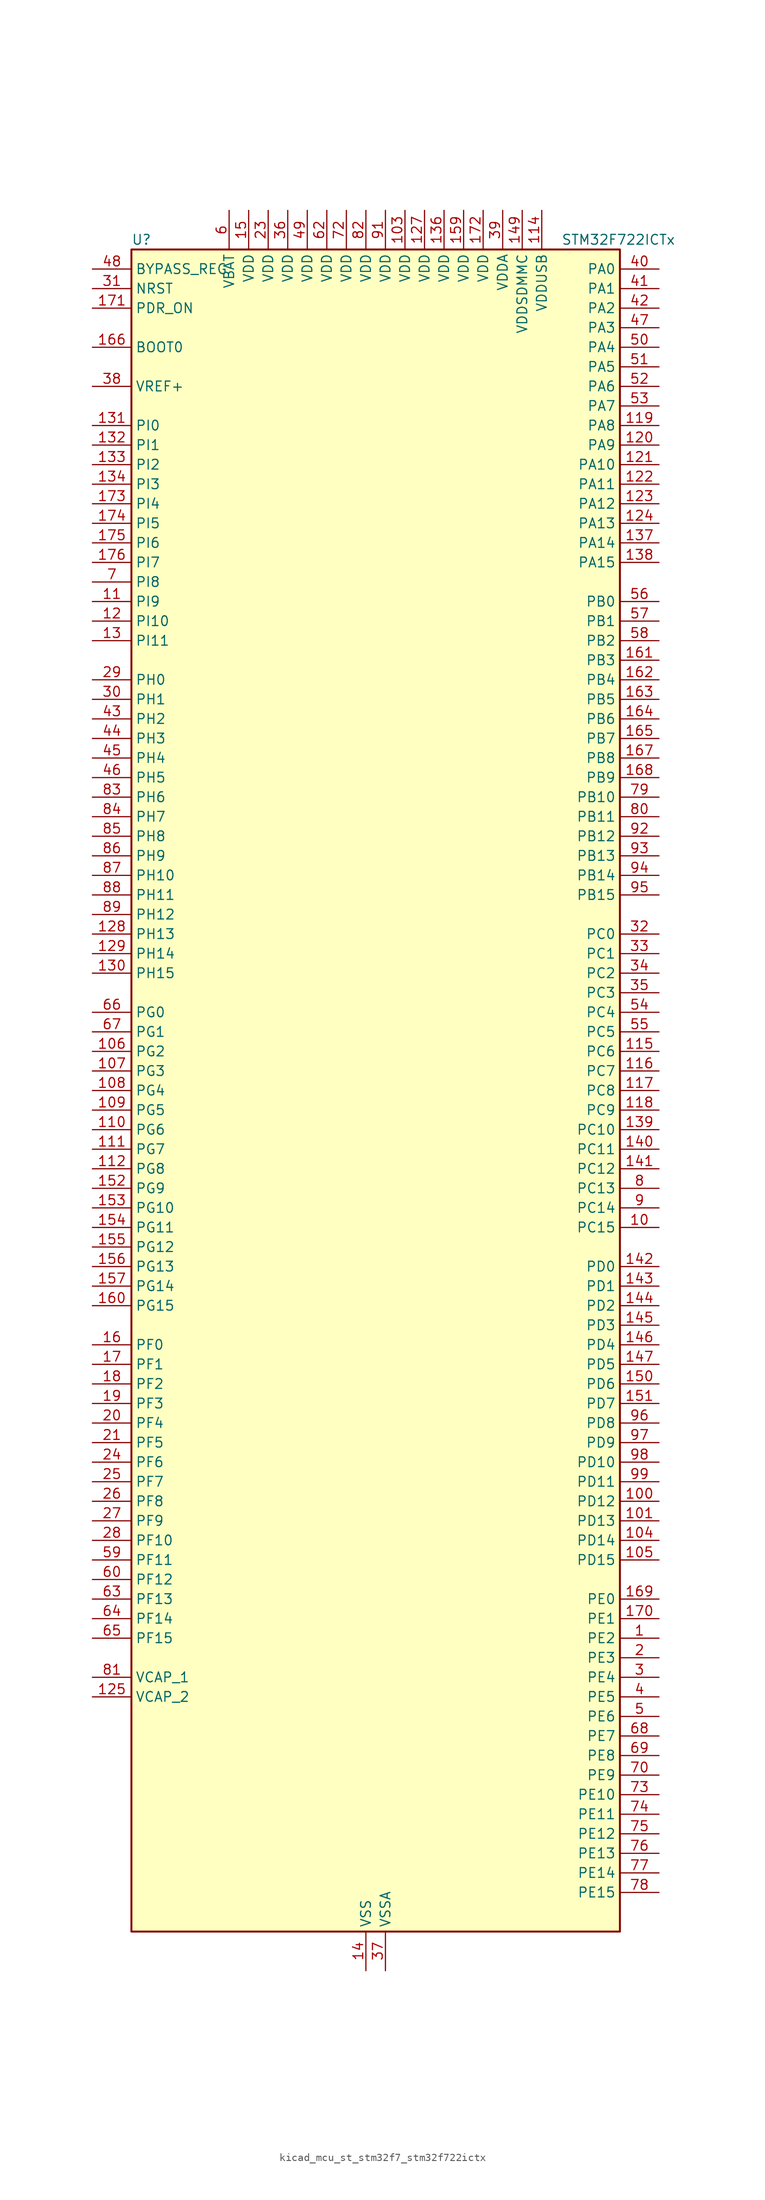
<source format=kicad_sym>
(kicad_symbol_lib
  (version 20220914)
  (generator kicad_symbol_editor)
  (symbol "kicad_mcu_st_stm32f7_stm32f722ictx"
    (property "Reference" "U"
      (at -30.48 110.49 0)
      (effects (font (size 1.27 1.27)) (justify left)))
    (property "Value" "STM32F722ICTx"
      (at 25.4 110.49 0)
      (effects (font (size 1.27 1.27)) (justify left)))
    (property "ki_locked" ""
      (at 0 0 0)
      (effects (font (size 1.27 1.27))))
    (symbol "kicad_mcu_st_stm32f7_stm32f722ictx_0_1"
      (rectangle (start -30.48 -109.22) (end 33.02 109.22) (stroke (width 0.254) (type default)) (fill (type background))))
    (symbol "kicad_mcu_st_stm32f7_stm32f722ictx_1_1"
      (pin bidirectional line (at 38.1 -71.12 180) (length 5.08) (name "PE2" (effects (font (size 1.27 1.27)))) (number "1" (effects (font (size 1.27 1.27)))) (alternate "FMC_A23" bidirectional line) (alternate "QUADSPI_BK1_IO2" bidirectional line) (alternate "SAI1_MCLK_A" bidirectional line) (alternate "SPI4_SCK" bidirectional line) (alternate "SYS_TRACECLK" bidirectional line))
      (pin bidirectional line (at 38.1 -17.78 180) (length 5.08) (name "PC15" (effects (font (size 1.27 1.27)))) (number "10" (effects (font (size 1.27 1.27)))) (alternate "RCC_OSC32_OUT" bidirectional line))
      (pin bidirectional line (at 38.1 -53.34 180) (length 5.08) (name "PD12" (effects (font (size 1.27 1.27)))) (number "100" (effects (font (size 1.27 1.27)))) (alternate "FMC_A17" bidirectional line) (alternate "FMC_ALE" bidirectional line) (alternate "LPTIM1_IN1" bidirectional line) (alternate "QUADSPI_BK1_IO1" bidirectional line) (alternate "SAI2_FS_A" bidirectional line) (alternate "TIM4_CH1" bidirectional line) (alternate "USART3_DE" bidirectional line) (alternate "USART3_RTS" bidirectional line))
      (pin bidirectional line (at 38.1 -55.88 180) (length 5.08) (name "PD13" (effects (font (size 1.27 1.27)))) (number "101" (effects (font (size 1.27 1.27)))) (alternate "FMC_A18" bidirectional line) (alternate "LPTIM1_OUT" bidirectional line) (alternate "QUADSPI_BK1_IO3" bidirectional line) (alternate "SAI2_SCK_A" bidirectional line) (alternate "TIM4_CH2" bidirectional line))
      (pin passive line (at 0 -114.3 90) (length 5.08) hide (name "VSS" (effects (font (size 1.27 1.27)))) (number "102" (effects (font (size 1.27 1.27)))))
      (pin power_in line (at 5.08 114.3 270) (length 5.08) (name "VDD" (effects (font (size 1.27 1.27)))) (number "103" (effects (font (size 1.27 1.27)))))
      (pin bidirectional line (at 38.1 -58.42 180) (length 5.08) (name "PD14" (effects (font (size 1.27 1.27)))) (number "104" (effects (font (size 1.27 1.27)))) (alternate "FMC_D0" bidirectional line) (alternate "FMC_DA0" bidirectional line) (alternate "TIM4_CH3" bidirectional line) (alternate "UART8_CTS" bidirectional line))
      (pin bidirectional line (at 38.1 -60.96 180) (length 5.08) (name "PD15" (effects (font (size 1.27 1.27)))) (number "105" (effects (font (size 1.27 1.27)))) (alternate "FMC_D1" bidirectional line) (alternate "FMC_DA1" bidirectional line) (alternate "TIM4_CH4" bidirectional line) (alternate "UART8_DE" bidirectional line) (alternate "UART8_RTS" bidirectional line))
      (pin bidirectional line (at -35.56 5.08 0) (length 5.08) (name "PG2" (effects (font (size 1.27 1.27)))) (number "106" (effects (font (size 1.27 1.27)))) (alternate "FMC_A12" bidirectional line))
      (pin bidirectional line (at -35.56 2.54 0) (length 5.08) (name "PG3" (effects (font (size 1.27 1.27)))) (number "107" (effects (font (size 1.27 1.27)))) (alternate "FMC_A13" bidirectional line))
      (pin bidirectional line (at -35.56 0 0) (length 5.08) (name "PG4" (effects (font (size 1.27 1.27)))) (number "108" (effects (font (size 1.27 1.27)))) (alternate "FMC_A14" bidirectional line) (alternate "FMC_BA0" bidirectional line))
      (pin bidirectional line (at -35.56 -2.54 0) (length 5.08) (name "PG5" (effects (font (size 1.27 1.27)))) (number "109" (effects (font (size 1.27 1.27)))) (alternate "FMC_A15" bidirectional line) (alternate "FMC_BA1" bidirectional line))
      (pin bidirectional line (at -35.56 63.5 0) (length 5.08) (name "PI9" (effects (font (size 1.27 1.27)))) (number "11" (effects (font (size 1.27 1.27)))) (alternate "CAN1_RX" bidirectional line) (alternate "DAC_EXTI9" bidirectional line) (alternate "FMC_D30" bidirectional line) (alternate "UART4_RX" bidirectional line))
      (pin bidirectional line (at -35.56 -5.08 0) (length 5.08) (name "PG6" (effects (font (size 1.27 1.27)))) (number "110" (effects (font (size 1.27 1.27)))))
      (pin bidirectional line (at -35.56 -7.62 0) (length 5.08) (name "PG7" (effects (font (size 1.27 1.27)))) (number "111" (effects (font (size 1.27 1.27)))) (alternate "FMC_INT" bidirectional line) (alternate "USART6_CK" bidirectional line))
      (pin bidirectional line (at -35.56 -10.16 0) (length 5.08) (name "PG8" (effects (font (size 1.27 1.27)))) (number "112" (effects (font (size 1.27 1.27)))) (alternate "FMC_SDCLK" bidirectional line) (alternate "USART6_DE" bidirectional line) (alternate "USART6_RTS" bidirectional line))
      (pin passive line (at 0 -114.3 90) (length 5.08) hide (name "VSS" (effects (font (size 1.27 1.27)))) (number "113" (effects (font (size 1.27 1.27)))))
      (pin power_in line (at 22.86 114.3 270) (length 5.08) (name "VDDUSB" (effects (font (size 1.27 1.27)))) (number "114" (effects (font (size 1.27 1.27)))))
      (pin bidirectional line (at 38.1 5.08 180) (length 5.08) (name "PC6" (effects (font (size 1.27 1.27)))) (number "115" (effects (font (size 1.27 1.27)))) (alternate "I2S2_MCK" bidirectional line) (alternate "SDMMC1_D6" bidirectional line) (alternate "SDMMC2_D6" bidirectional line) (alternate "TIM3_CH1" bidirectional line) (alternate "TIM8_CH1" bidirectional line) (alternate "USART6_TX" bidirectional line))
      (pin bidirectional line (at 38.1 2.54 180) (length 5.08) (name "PC7" (effects (font (size 1.27 1.27)))) (number "116" (effects (font (size 1.27 1.27)))) (alternate "I2S3_MCK" bidirectional line) (alternate "SDMMC1_D7" bidirectional line) (alternate "SDMMC2_D7" bidirectional line) (alternate "TIM3_CH2" bidirectional line) (alternate "TIM8_CH2" bidirectional line) (alternate "USART6_RX" bidirectional line))
      (pin bidirectional line (at 38.1 0 180) (length 5.08) (name "PC8" (effects (font (size 1.27 1.27)))) (number "117" (effects (font (size 1.27 1.27)))) (alternate "SDMMC1_D0" bidirectional line) (alternate "SYS_TRACED1" bidirectional line) (alternate "TIM3_CH3" bidirectional line) (alternate "TIM8_CH3" bidirectional line) (alternate "UART5_DE" bidirectional line) (alternate "UART5_RTS" bidirectional line) (alternate "USART6_CK" bidirectional line))
      (pin bidirectional line (at 38.1 -2.54 180) (length 5.08) (name "PC9" (effects (font (size 1.27 1.27)))) (number "118" (effects (font (size 1.27 1.27)))) (alternate "DAC_EXTI9" bidirectional line) (alternate "I2C3_SDA" bidirectional line) (alternate "I2S_CKIN" bidirectional line) (alternate "QUADSPI_BK1_IO0" bidirectional line) (alternate "RCC_MCO_2" bidirectional line) (alternate "SDMMC1_D1" bidirectional line) (alternate "TIM3_CH4" bidirectional line) (alternate "TIM8_CH4" bidirectional line) (alternate "UART5_CTS" bidirectional line))
      (pin bidirectional line (at 38.1 86.36 180) (length 5.08) (name "PA8" (effects (font (size 1.27 1.27)))) (number "119" (effects (font (size 1.27 1.27)))) (alternate "I2C3_SCL" bidirectional line) (alternate "RCC_MCO_1" bidirectional line) (alternate "TIM1_CH1" bidirectional line) (alternate "TIM8_BKIN2" bidirectional line) (alternate "USART1_CK" bidirectional line) (alternate "USB_OTG_FS_SOF" bidirectional line))
      (pin bidirectional line (at -35.56 60.96 0) (length 5.08) (name "PI10" (effects (font (size 1.27 1.27)))) (number "12" (effects (font (size 1.27 1.27)))) (alternate "FMC_D31" bidirectional line))
      (pin bidirectional line (at 38.1 83.82 180) (length 5.08) (name "PA9" (effects (font (size 1.27 1.27)))) (number "120" (effects (font (size 1.27 1.27)))) (alternate "DAC_EXTI9" bidirectional line) (alternate "I2C3_SMBA" bidirectional line) (alternate "I2S2_CK" bidirectional line) (alternate "SPI2_SCK" bidirectional line) (alternate "TIM1_CH2" bidirectional line) (alternate "USART1_TX" bidirectional line) (alternate "USB_OTG_FS_VBUS" bidirectional line))
      (pin bidirectional line (at 38.1 81.28 180) (length 5.08) (name "PA10" (effects (font (size 1.27 1.27)))) (number "121" (effects (font (size 1.27 1.27)))) (alternate "TIM1_CH3" bidirectional line) (alternate "USART1_RX" bidirectional line) (alternate "USB_OTG_FS_ID" bidirectional line))
      (pin bidirectional line (at 38.1 78.74 180) (length 5.08) (name "PA11" (effects (font (size 1.27 1.27)))) (number "122" (effects (font (size 1.27 1.27)))) (alternate "ADC1_EXTI11" bidirectional line) (alternate "ADC2_EXTI11" bidirectional line) (alternate "ADC3_EXTI11" bidirectional line) (alternate "CAN1_RX" bidirectional line) (alternate "TIM1_CH4" bidirectional line) (alternate "USART1_CTS" bidirectional line) (alternate "USB_OTG_FS_DM" bidirectional line))
      (pin bidirectional line (at 38.1 76.2 180) (length 5.08) (name "PA12" (effects (font (size 1.27 1.27)))) (number "123" (effects (font (size 1.27 1.27)))) (alternate "CAN1_TX" bidirectional line) (alternate "SAI2_FS_B" bidirectional line) (alternate "TIM1_ETR" bidirectional line) (alternate "USART1_DE" bidirectional line) (alternate "USART1_RTS" bidirectional line) (alternate "USB_OTG_FS_DP" bidirectional line))
      (pin bidirectional line (at 38.1 73.66 180) (length 5.08) (name "PA13" (effects (font (size 1.27 1.27)))) (number "124" (effects (font (size 1.27 1.27)))) (alternate "SYS_JTMS-SWDIO" bidirectional line))
      (pin power_out line (at -35.56 -78.74 0) (length 5.08) (name "VCAP_2" (effects (font (size 1.27 1.27)))) (number "125" (effects (font (size 1.27 1.27)))))
      (pin passive line (at 0 -114.3 90) (length 5.08) hide (name "VSS" (effects (font (size 1.27 1.27)))) (number "126" (effects (font (size 1.27 1.27)))))
      (pin power_in line (at 7.62 114.3 270) (length 5.08) (name "VDD" (effects (font (size 1.27 1.27)))) (number "127" (effects (font (size 1.27 1.27)))))
      (pin bidirectional line (at -35.56 20.32 0) (length 5.08) (name "PH13" (effects (font (size 1.27 1.27)))) (number "128" (effects (font (size 1.27 1.27)))) (alternate "CAN1_TX" bidirectional line) (alternate "FMC_D21" bidirectional line) (alternate "TIM8_CH1N" bidirectional line) (alternate "UART4_TX" bidirectional line))
      (pin bidirectional line (at -35.56 17.78 0) (length 5.08) (name "PH14" (effects (font (size 1.27 1.27)))) (number "129" (effects (font (size 1.27 1.27)))) (alternate "CAN1_RX" bidirectional line) (alternate "FMC_D22" bidirectional line) (alternate "TIM8_CH2N" bidirectional line) (alternate "UART4_RX" bidirectional line))
      (pin bidirectional line (at -35.56 58.42 0) (length 5.08) (name "PI11" (effects (font (size 1.27 1.27)))) (number "13" (effects (font (size 1.27 1.27)))) (alternate "ADC1_EXTI11" bidirectional line) (alternate "ADC2_EXTI11" bidirectional line) (alternate "ADC3_EXTI11" bidirectional line) (alternate "SYS_WKUP6" bidirectional line) (alternate "USB_OTG_HS_ULPI_DIR" bidirectional line))
      (pin bidirectional line (at -35.56 15.24 0) (length 5.08) (name "PH15" (effects (font (size 1.27 1.27)))) (number "130" (effects (font (size 1.27 1.27)))) (alternate "FMC_D23" bidirectional line) (alternate "TIM8_CH3N" bidirectional line))
      (pin bidirectional line (at -35.56 86.36 0) (length 5.08) (name "PI0" (effects (font (size 1.27 1.27)))) (number "131" (effects (font (size 1.27 1.27)))) (alternate "FMC_D24" bidirectional line) (alternate "I2S2_WS" bidirectional line) (alternate "SPI2_NSS" bidirectional line) (alternate "TIM5_CH4" bidirectional line))
      (pin bidirectional line (at -35.56 83.82 0) (length 5.08) (name "PI1" (effects (font (size 1.27 1.27)))) (number "132" (effects (font (size 1.27 1.27)))) (alternate "FMC_D25" bidirectional line) (alternate "I2S2_CK" bidirectional line) (alternate "SPI2_SCK" bidirectional line) (alternate "TIM8_BKIN2" bidirectional line))
      (pin bidirectional line (at -35.56 81.28 0) (length 5.08) (name "PI2" (effects (font (size 1.27 1.27)))) (number "133" (effects (font (size 1.27 1.27)))) (alternate "FMC_D26" bidirectional line) (alternate "SPI2_MISO" bidirectional line) (alternate "TIM8_CH4" bidirectional line))
      (pin bidirectional line (at -35.56 78.74 0) (length 5.08) (name "PI3" (effects (font (size 1.27 1.27)))) (number "134" (effects (font (size 1.27 1.27)))) (alternate "FMC_D27" bidirectional line) (alternate "I2S2_SD" bidirectional line) (alternate "SPI2_MOSI" bidirectional line) (alternate "TIM8_ETR" bidirectional line))
      (pin passive line (at 0 -114.3 90) (length 5.08) hide (name "VSS" (effects (font (size 1.27 1.27)))) (number "135" (effects (font (size 1.27 1.27)))))
      (pin power_in line (at 10.16 114.3 270) (length 5.08) (name "VDD" (effects (font (size 1.27 1.27)))) (number "136" (effects (font (size 1.27 1.27)))))
      (pin bidirectional line (at 38.1 71.12 180) (length 5.08) (name "PA14" (effects (font (size 1.27 1.27)))) (number "137" (effects (font (size 1.27 1.27)))) (alternate "SYS_JTCK-SWCLK" bidirectional line))
      (pin bidirectional line (at 38.1 68.58 180) (length 5.08) (name "PA15" (effects (font (size 1.27 1.27)))) (number "138" (effects (font (size 1.27 1.27)))) (alternate "I2S1_WS" bidirectional line) (alternate "I2S3_WS" bidirectional line) (alternate "SPI1_NSS" bidirectional line) (alternate "SPI3_NSS" bidirectional line) (alternate "SYS_JTDI" bidirectional line) (alternate "TIM2_CH1" bidirectional line) (alternate "TIM2_ETR" bidirectional line) (alternate "UART4_DE" bidirectional line) (alternate "UART4_RTS" bidirectional line))
      (pin bidirectional line (at 38.1 -5.08 180) (length 5.08) (name "PC10" (effects (font (size 1.27 1.27)))) (number "139" (effects (font (size 1.27 1.27)))) (alternate "I2S3_CK" bidirectional line) (alternate "QUADSPI_BK1_IO1" bidirectional line) (alternate "SDMMC1_D2" bidirectional line) (alternate "SPI3_SCK" bidirectional line) (alternate "UART4_TX" bidirectional line) (alternate "USART3_TX" bidirectional line))
      (pin power_in line (at 0 -114.3 90) (length 5.08) (name "VSS" (effects (font (size 1.27 1.27)))) (number "14" (effects (font (size 1.27 1.27)))))
      (pin bidirectional line (at 38.1 -7.62 180) (length 5.08) (name "PC11" (effects (font (size 1.27 1.27)))) (number "140" (effects (font (size 1.27 1.27)))) (alternate "ADC1_EXTI11" bidirectional line) (alternate "ADC2_EXTI11" bidirectional line) (alternate "ADC3_EXTI11" bidirectional line) (alternate "QUADSPI_BK2_NCS" bidirectional line) (alternate "SDMMC1_D3" bidirectional line) (alternate "SPI3_MISO" bidirectional line) (alternate "UART4_RX" bidirectional line) (alternate "USART3_RX" bidirectional line))
      (pin bidirectional line (at 38.1 -10.16 180) (length 5.08) (name "PC12" (effects (font (size 1.27 1.27)))) (number "141" (effects (font (size 1.27 1.27)))) (alternate "I2S3_SD" bidirectional line) (alternate "SDMMC1_CK" bidirectional line) (alternate "SPI3_MOSI" bidirectional line) (alternate "SYS_TRACED3" bidirectional line) (alternate "UART5_TX" bidirectional line) (alternate "USART3_CK" bidirectional line))
      (pin bidirectional line (at 38.1 -22.86 180) (length 5.08) (name "PD0" (effects (font (size 1.27 1.27)))) (number "142" (effects (font (size 1.27 1.27)))) (alternate "CAN1_RX" bidirectional line) (alternate "FMC_D2" bidirectional line) (alternate "FMC_DA2" bidirectional line))
      (pin bidirectional line (at 38.1 -25.4 180) (length 5.08) (name "PD1" (effects (font (size 1.27 1.27)))) (number "143" (effects (font (size 1.27 1.27)))) (alternate "CAN1_TX" bidirectional line) (alternate "FMC_D3" bidirectional line) (alternate "FMC_DA3" bidirectional line))
      (pin bidirectional line (at 38.1 -27.94 180) (length 5.08) (name "PD2" (effects (font (size 1.27 1.27)))) (number "144" (effects (font (size 1.27 1.27)))) (alternate "SDMMC1_CMD" bidirectional line) (alternate "SYS_TRACED2" bidirectional line) (alternate "TIM3_ETR" bidirectional line) (alternate "UART5_RX" bidirectional line))
      (pin bidirectional line (at 38.1 -30.48 180) (length 5.08) (name "PD3" (effects (font (size 1.27 1.27)))) (number "145" (effects (font (size 1.27 1.27)))) (alternate "FMC_CLK" bidirectional line) (alternate "I2S2_CK" bidirectional line) (alternate "SPI2_SCK" bidirectional line) (alternate "USART2_CTS" bidirectional line))
      (pin bidirectional line (at 38.1 -33.02 180) (length 5.08) (name "PD4" (effects (font (size 1.27 1.27)))) (number "146" (effects (font (size 1.27 1.27)))) (alternate "FMC_NOE" bidirectional line) (alternate "USART2_DE" bidirectional line) (alternate "USART2_RTS" bidirectional line))
      (pin bidirectional line (at 38.1 -35.56 180) (length 5.08) (name "PD5" (effects (font (size 1.27 1.27)))) (number "147" (effects (font (size 1.27 1.27)))) (alternate "FMC_NWE" bidirectional line) (alternate "USART2_TX" bidirectional line))
      (pin passive line (at 0 -114.3 90) (length 5.08) hide (name "VSS" (effects (font (size 1.27 1.27)))) (number "148" (effects (font (size 1.27 1.27)))))
      (pin power_in line (at 20.32 114.3 270) (length 5.08) (name "VDDSDMMC" (effects (font (size 1.27 1.27)))) (number "149" (effects (font (size 1.27 1.27)))))
      (pin power_in line (at -15.24 114.3 270) (length 5.08) (name "VDD" (effects (font (size 1.27 1.27)))) (number "15" (effects (font (size 1.27 1.27)))))
      (pin bidirectional line (at 38.1 -38.1 180) (length 5.08) (name "PD6" (effects (font (size 1.27 1.27)))) (number "150" (effects (font (size 1.27 1.27)))) (alternate "FMC_NWAIT" bidirectional line) (alternate "I2S3_SD" bidirectional line) (alternate "SAI1_SD_A" bidirectional line) (alternate "SDMMC2_CK" bidirectional line) (alternate "SPI3_MOSI" bidirectional line) (alternate "USART2_RX" bidirectional line))
      (pin bidirectional line (at 38.1 -40.64 180) (length 5.08) (name "PD7" (effects (font (size 1.27 1.27)))) (number "151" (effects (font (size 1.27 1.27)))) (alternate "FMC_NE1" bidirectional line) (alternate "SDMMC2_CMD" bidirectional line) (alternate "USART2_CK" bidirectional line))
      (pin bidirectional line (at -35.56 -12.7 0) (length 5.08) (name "PG9" (effects (font (size 1.27 1.27)))) (number "152" (effects (font (size 1.27 1.27)))) (alternate "DAC_EXTI9" bidirectional line) (alternate "FMC_NCE" bidirectional line) (alternate "FMC_NE2" bidirectional line) (alternate "QUADSPI_BK2_IO2" bidirectional line) (alternate "SAI2_FS_B" bidirectional line) (alternate "SDMMC2_D0" bidirectional line) (alternate "USART6_RX" bidirectional line))
      (pin bidirectional line (at -35.56 -15.24 0) (length 5.08) (name "PG10" (effects (font (size 1.27 1.27)))) (number "153" (effects (font (size 1.27 1.27)))) (alternate "FMC_NE3" bidirectional line) (alternate "SAI2_SD_B" bidirectional line) (alternate "SDMMC2_D1" bidirectional line))
      (pin bidirectional line (at -35.56 -17.78 0) (length 5.08) (name "PG11" (effects (font (size 1.27 1.27)))) (number "154" (effects (font (size 1.27 1.27)))) (alternate "ADC1_EXTI11" bidirectional line) (alternate "ADC2_EXTI11" bidirectional line) (alternate "ADC3_EXTI11" bidirectional line) (alternate "FMC_INT" bidirectional line) (alternate "SDMMC2_D2" bidirectional line))
      (pin bidirectional line (at -35.56 -20.32 0) (length 5.08) (name "PG12" (effects (font (size 1.27 1.27)))) (number "155" (effects (font (size 1.27 1.27)))) (alternate "FMC_NE4" bidirectional line) (alternate "LPTIM1_IN1" bidirectional line) (alternate "SDMMC2_D3" bidirectional line) (alternate "USART6_DE" bidirectional line) (alternate "USART6_RTS" bidirectional line))
      (pin bidirectional line (at -35.56 -22.86 0) (length 5.08) (name "PG13" (effects (font (size 1.27 1.27)))) (number "156" (effects (font (size 1.27 1.27)))) (alternate "FMC_A24" bidirectional line) (alternate "LPTIM1_OUT" bidirectional line) (alternate "SYS_TRACED0" bidirectional line) (alternate "USART6_CTS" bidirectional line))
      (pin bidirectional line (at -35.56 -25.4 0) (length 5.08) (name "PG14" (effects (font (size 1.27 1.27)))) (number "157" (effects (font (size 1.27 1.27)))) (alternate "FMC_A25" bidirectional line) (alternate "LPTIM1_ETR" bidirectional line) (alternate "QUADSPI_BK2_IO3" bidirectional line) (alternate "SYS_TRACED1" bidirectional line) (alternate "USART6_TX" bidirectional line))
      (pin passive line (at 0 -114.3 90) (length 5.08) hide (name "VSS" (effects (font (size 1.27 1.27)))) (number "158" (effects (font (size 1.27 1.27)))))
      (pin power_in line (at 12.7 114.3 270) (length 5.08) (name "VDD" (effects (font (size 1.27 1.27)))) (number "159" (effects (font (size 1.27 1.27)))))
      (pin bidirectional line (at -35.56 -33.02 0) (length 5.08) (name "PF0" (effects (font (size 1.27 1.27)))) (number "16" (effects (font (size 1.27 1.27)))) (alternate "FMC_A0" bidirectional line) (alternate "I2C2_SDA" bidirectional line))
      (pin bidirectional line (at -35.56 -27.94 0) (length 5.08) (name "PG15" (effects (font (size 1.27 1.27)))) (number "160" (effects (font (size 1.27 1.27)))) (alternate "FMC_SDNCAS" bidirectional line) (alternate "USART6_CTS" bidirectional line))
      (pin bidirectional line (at 38.1 55.88 180) (length 5.08) (name "PB3" (effects (font (size 1.27 1.27)))) (number "161" (effects (font (size 1.27 1.27)))) (alternate "I2S1_CK" bidirectional line) (alternate "I2S3_CK" bidirectional line) (alternate "SDMMC2_D2" bidirectional line) (alternate "SPI1_SCK" bidirectional line) (alternate "SPI3_SCK" bidirectional line) (alternate "SYS_JTDO-SWO" bidirectional line) (alternate "TIM2_CH2" bidirectional line))
      (pin bidirectional line (at 38.1 53.34 180) (length 5.08) (name "PB4" (effects (font (size 1.27 1.27)))) (number "162" (effects (font (size 1.27 1.27)))) (alternate "I2S2_WS" bidirectional line) (alternate "SDMMC2_D3" bidirectional line) (alternate "SPI1_MISO" bidirectional line) (alternate "SPI2_NSS" bidirectional line) (alternate "SPI3_MISO" bidirectional line) (alternate "SYS_JTRST" bidirectional line) (alternate "TIM3_CH1" bidirectional line))
      (pin bidirectional line (at 38.1 50.8 180) (length 5.08) (name "PB5" (effects (font (size 1.27 1.27)))) (number "163" (effects (font (size 1.27 1.27)))) (alternate "FMC_SDCKE1" bidirectional line) (alternate "I2C1_SMBA" bidirectional line) (alternate "I2S1_SD" bidirectional line) (alternate "I2S3_SD" bidirectional line) (alternate "SPI1_MOSI" bidirectional line) (alternate "SPI3_MOSI" bidirectional line) (alternate "TIM3_CH2" bidirectional line) (alternate "USB_OTG_HS_ULPI_D7" bidirectional line))
      (pin bidirectional line (at 38.1 48.26 180) (length 5.08) (name "PB6" (effects (font (size 1.27 1.27)))) (number "164" (effects (font (size 1.27 1.27)))) (alternate "FMC_SDNE1" bidirectional line) (alternate "I2C1_SCL" bidirectional line) (alternate "QUADSPI_BK1_NCS" bidirectional line) (alternate "TIM4_CH1" bidirectional line) (alternate "USART1_TX" bidirectional line))
      (pin bidirectional line (at 38.1 45.72 180) (length 5.08) (name "PB7" (effects (font (size 1.27 1.27)))) (number "165" (effects (font (size 1.27 1.27)))) (alternate "FMC_NL" bidirectional line) (alternate "I2C1_SDA" bidirectional line) (alternate "TIM4_CH2" bidirectional line) (alternate "USART1_RX" bidirectional line))
      (pin input line (at -35.56 96.52 0) (length 5.08) (name "BOOT0" (effects (font (size 1.27 1.27)))) (number "166" (effects (font (size 1.27 1.27)))))
      (pin bidirectional line (at 38.1 43.18 180) (length 5.08) (name "PB8" (effects (font (size 1.27 1.27)))) (number "167" (effects (font (size 1.27 1.27)))) (alternate "CAN1_RX" bidirectional line) (alternate "I2C1_SCL" bidirectional line) (alternate "SDMMC1_D4" bidirectional line) (alternate "SDMMC2_D4" bidirectional line) (alternate "TIM10_CH1" bidirectional line) (alternate "TIM4_CH3" bidirectional line))
      (pin bidirectional line (at 38.1 40.64 180) (length 5.08) (name "PB9" (effects (font (size 1.27 1.27)))) (number "168" (effects (font (size 1.27 1.27)))) (alternate "CAN1_TX" bidirectional line) (alternate "DAC_EXTI9" bidirectional line) (alternate "I2C1_SDA" bidirectional line) (alternate "I2S2_WS" bidirectional line) (alternate "SDMMC1_D5" bidirectional line) (alternate "SDMMC2_D5" bidirectional line) (alternate "SPI2_NSS" bidirectional line) (alternate "TIM11_CH1" bidirectional line) (alternate "TIM4_CH4" bidirectional line))
      (pin bidirectional line (at 38.1 -66.04 180) (length 5.08) (name "PE0" (effects (font (size 1.27 1.27)))) (number "169" (effects (font (size 1.27 1.27)))) (alternate "FMC_NBL0" bidirectional line) (alternate "LPTIM1_ETR" bidirectional line) (alternate "SAI2_MCLK_A" bidirectional line) (alternate "TIM4_ETR" bidirectional line) (alternate "UART8_RX" bidirectional line))
      (pin bidirectional line (at -35.56 -35.56 0) (length 5.08) (name "PF1" (effects (font (size 1.27 1.27)))) (number "17" (effects (font (size 1.27 1.27)))) (alternate "FMC_A1" bidirectional line) (alternate "I2C2_SCL" bidirectional line))
      (pin bidirectional line (at 38.1 -68.58 180) (length 5.08) (name "PE1" (effects (font (size 1.27 1.27)))) (number "170" (effects (font (size 1.27 1.27)))) (alternate "FMC_NBL1" bidirectional line) (alternate "LPTIM1_IN2" bidirectional line) (alternate "UART8_TX" bidirectional line))
      (pin input line (at -35.56 101.6 0) (length 5.08) (name "PDR_ON" (effects (font (size 1.27 1.27)))) (number "171" (effects (font (size 1.27 1.27)))))
      (pin power_in line (at 15.24 114.3 270) (length 5.08) (name "VDD" (effects (font (size 1.27 1.27)))) (number "172" (effects (font (size 1.27 1.27)))))
      (pin bidirectional line (at -35.56 76.2 0) (length 5.08) (name "PI4" (effects (font (size 1.27 1.27)))) (number "173" (effects (font (size 1.27 1.27)))) (alternate "FMC_NBL2" bidirectional line) (alternate "SAI2_MCLK_A" bidirectional line) (alternate "TIM8_BKIN" bidirectional line))
      (pin bidirectional line (at -35.56 73.66 0) (length 5.08) (name "PI5" (effects (font (size 1.27 1.27)))) (number "174" (effects (font (size 1.27 1.27)))) (alternate "FMC_NBL3" bidirectional line) (alternate "SAI2_SCK_A" bidirectional line) (alternate "TIM8_CH1" bidirectional line))
      (pin bidirectional line (at -35.56 71.12 0) (length 5.08) (name "PI6" (effects (font (size 1.27 1.27)))) (number "175" (effects (font (size 1.27 1.27)))) (alternate "FMC_D28" bidirectional line) (alternate "SAI2_SD_A" bidirectional line) (alternate "TIM8_CH2" bidirectional line))
      (pin bidirectional line (at -35.56 68.58 0) (length 5.08) (name "PI7" (effects (font (size 1.27 1.27)))) (number "176" (effects (font (size 1.27 1.27)))) (alternate "FMC_D29" bidirectional line) (alternate "SAI2_FS_A" bidirectional line) (alternate "TIM8_CH3" bidirectional line))
      (pin bidirectional line (at -35.56 -38.1 0) (length 5.08) (name "PF2" (effects (font (size 1.27 1.27)))) (number "18" (effects (font (size 1.27 1.27)))) (alternate "FMC_A2" bidirectional line) (alternate "I2C2_SMBA" bidirectional line))
      (pin bidirectional line (at -35.56 -40.64 0) (length 5.08) (name "PF3" (effects (font (size 1.27 1.27)))) (number "19" (effects (font (size 1.27 1.27)))) (alternate "ADC3_IN9" bidirectional line) (alternate "FMC_A3" bidirectional line))
      (pin bidirectional line (at 38.1 -73.66 180) (length 5.08) (name "PE3" (effects (font (size 1.27 1.27)))) (number "2" (effects (font (size 1.27 1.27)))) (alternate "FMC_A19" bidirectional line) (alternate "SAI1_SD_B" bidirectional line) (alternate "SYS_TRACED0" bidirectional line))
      (pin bidirectional line (at -35.56 -43.18 0) (length 5.08) (name "PF4" (effects (font (size 1.27 1.27)))) (number "20" (effects (font (size 1.27 1.27)))) (alternate "ADC3_IN14" bidirectional line) (alternate "FMC_A4" bidirectional line))
      (pin bidirectional line (at -35.56 -45.72 0) (length 5.08) (name "PF5" (effects (font (size 1.27 1.27)))) (number "21" (effects (font (size 1.27 1.27)))) (alternate "ADC3_IN15" bidirectional line) (alternate "FMC_A5" bidirectional line))
      (pin passive line (at 0 -114.3 90) (length 5.08) hide (name "VSS" (effects (font (size 1.27 1.27)))) (number "22" (effects (font (size 1.27 1.27)))))
      (pin power_in line (at -12.7 114.3 270) (length 5.08) (name "VDD" (effects (font (size 1.27 1.27)))) (number "23" (effects (font (size 1.27 1.27)))))
      (pin bidirectional line (at -35.56 -48.26 0) (length 5.08) (name "PF6" (effects (font (size 1.27 1.27)))) (number "24" (effects (font (size 1.27 1.27)))) (alternate "ADC3_IN4" bidirectional line) (alternate "QUADSPI_BK1_IO3" bidirectional line) (alternate "SAI1_SD_B" bidirectional line) (alternate "SPI5_NSS" bidirectional line) (alternate "TIM10_CH1" bidirectional line) (alternate "UART7_RX" bidirectional line))
      (pin bidirectional line (at -35.56 -50.8 0) (length 5.08) (name "PF7" (effects (font (size 1.27 1.27)))) (number "25" (effects (font (size 1.27 1.27)))) (alternate "ADC3_IN5" bidirectional line) (alternate "QUADSPI_BK1_IO2" bidirectional line) (alternate "SAI1_MCLK_B" bidirectional line) (alternate "SPI5_SCK" bidirectional line) (alternate "TIM11_CH1" bidirectional line) (alternate "UART7_TX" bidirectional line))
      (pin bidirectional line (at -35.56 -53.34 0) (length 5.08) (name "PF8" (effects (font (size 1.27 1.27)))) (number "26" (effects (font (size 1.27 1.27)))) (alternate "ADC3_IN6" bidirectional line) (alternate "QUADSPI_BK1_IO0" bidirectional line) (alternate "SAI1_SCK_B" bidirectional line) (alternate "SPI5_MISO" bidirectional line) (alternate "TIM13_CH1" bidirectional line) (alternate "UART7_DE" bidirectional line) (alternate "UART7_RTS" bidirectional line))
      (pin bidirectional line (at -35.56 -55.88 0) (length 5.08) (name "PF9" (effects (font (size 1.27 1.27)))) (number "27" (effects (font (size 1.27 1.27)))) (alternate "ADC3_IN7" bidirectional line) (alternate "DAC_EXTI9" bidirectional line) (alternate "QUADSPI_BK1_IO1" bidirectional line) (alternate "SAI1_FS_B" bidirectional line) (alternate "SPI5_MOSI" bidirectional line) (alternate "TIM14_CH1" bidirectional line) (alternate "UART7_CTS" bidirectional line))
      (pin bidirectional line (at -35.56 -58.42 0) (length 5.08) (name "PF10" (effects (font (size 1.27 1.27)))) (number "28" (effects (font (size 1.27 1.27)))) (alternate "ADC3_IN8" bidirectional line))
      (pin bidirectional line (at -35.56 53.34 0) (length 5.08) (name "PH0" (effects (font (size 1.27 1.27)))) (number "29" (effects (font (size 1.27 1.27)))) (alternate "RCC_OSC_IN" bidirectional line))
      (pin bidirectional line (at 38.1 -76.2 180) (length 5.08) (name "PE4" (effects (font (size 1.27 1.27)))) (number "3" (effects (font (size 1.27 1.27)))) (alternate "FMC_A20" bidirectional line) (alternate "SAI1_FS_A" bidirectional line) (alternate "SPI4_NSS" bidirectional line) (alternate "SYS_TRACED1" bidirectional line))
      (pin bidirectional line (at -35.56 50.8 0) (length 5.08) (name "PH1" (effects (font (size 1.27 1.27)))) (number "30" (effects (font (size 1.27 1.27)))) (alternate "RCC_OSC_OUT" bidirectional line))
      (pin input line (at -35.56 104.14 0) (length 5.08) (name "NRST" (effects (font (size 1.27 1.27)))) (number "31" (effects (font (size 1.27 1.27)))))
      (pin bidirectional line (at 38.1 20.32 180) (length 5.08) (name "PC0" (effects (font (size 1.27 1.27)))) (number "32" (effects (font (size 1.27 1.27)))) (alternate "ADC1_IN10" bidirectional line) (alternate "ADC2_IN10" bidirectional line) (alternate "ADC3_IN10" bidirectional line) (alternate "FMC_SDNWE" bidirectional line) (alternate "SAI2_FS_B" bidirectional line) (alternate "USB_OTG_HS_ULPI_STP" bidirectional line))
      (pin bidirectional line (at 38.1 17.78 180) (length 5.08) (name "PC1" (effects (font (size 1.27 1.27)))) (number "33" (effects (font (size 1.27 1.27)))) (alternate "ADC1_IN11" bidirectional line) (alternate "ADC2_IN11" bidirectional line) (alternate "ADC3_IN11" bidirectional line) (alternate "I2S2_SD" bidirectional line) (alternate "RTC_TAMP3" bidirectional line) (alternate "RTC_TS" bidirectional line) (alternate "SAI1_SD_A" bidirectional line) (alternate "SPI2_MOSI" bidirectional line) (alternate "SYS_TRACED0" bidirectional line) (alternate "SYS_WKUP3" bidirectional line))
      (pin bidirectional line (at 38.1 15.24 180) (length 5.08) (name "PC2" (effects (font (size 1.27 1.27)))) (number "34" (effects (font (size 1.27 1.27)))) (alternate "ADC1_IN12" bidirectional line) (alternate "ADC2_IN12" bidirectional line) (alternate "ADC3_IN12" bidirectional line) (alternate "FMC_SDNE0" bidirectional line) (alternate "SPI2_MISO" bidirectional line) (alternate "USB_OTG_HS_ULPI_DIR" bidirectional line))
      (pin bidirectional line (at 38.1 12.7 180) (length 5.08) (name "PC3" (effects (font (size 1.27 1.27)))) (number "35" (effects (font (size 1.27 1.27)))) (alternate "ADC1_IN13" bidirectional line) (alternate "ADC2_IN13" bidirectional line) (alternate "ADC3_IN13" bidirectional line) (alternate "FMC_SDCKE0" bidirectional line) (alternate "I2S2_SD" bidirectional line) (alternate "SPI2_MOSI" bidirectional line) (alternate "USB_OTG_HS_ULPI_NXT" bidirectional line))
      (pin power_in line (at -10.16 114.3 270) (length 5.08) (name "VDD" (effects (font (size 1.27 1.27)))) (number "36" (effects (font (size 1.27 1.27)))))
      (pin power_in line (at 2.54 -114.3 90) (length 5.08) (name "VSSA" (effects (font (size 1.27 1.27)))) (number "37" (effects (font (size 1.27 1.27)))))
      (pin input line (at -35.56 91.44 0) (length 5.08) (name "VREF+" (effects (font (size 1.27 1.27)))) (number "38" (effects (font (size 1.27 1.27)))))
      (pin power_in line (at 17.78 114.3 270) (length 5.08) (name "VDDA" (effects (font (size 1.27 1.27)))) (number "39" (effects (font (size 1.27 1.27)))))
      (pin bidirectional line (at 38.1 -78.74 180) (length 5.08) (name "PE5" (effects (font (size 1.27 1.27)))) (number "4" (effects (font (size 1.27 1.27)))) (alternate "FMC_A21" bidirectional line) (alternate "SAI1_SCK_A" bidirectional line) (alternate "SPI4_MISO" bidirectional line) (alternate "SYS_TRACED2" bidirectional line) (alternate "TIM9_CH1" bidirectional line))
      (pin bidirectional line (at 38.1 106.68 180) (length 5.08) (name "PA0" (effects (font (size 1.27 1.27)))) (number "40" (effects (font (size 1.27 1.27)))) (alternate "ADC1_IN0" bidirectional line) (alternate "ADC2_IN0" bidirectional line) (alternate "ADC3_IN0" bidirectional line) (alternate "SAI2_SD_B" bidirectional line) (alternate "SYS_WKUP1" bidirectional line) (alternate "TIM2_CH1" bidirectional line) (alternate "TIM2_ETR" bidirectional line) (alternate "TIM5_CH1" bidirectional line) (alternate "TIM8_ETR" bidirectional line) (alternate "UART4_TX" bidirectional line) (alternate "USART2_CTS" bidirectional line))
      (pin bidirectional line (at 38.1 104.14 180) (length 5.08) (name "PA1" (effects (font (size 1.27 1.27)))) (number "41" (effects (font (size 1.27 1.27)))) (alternate "ADC1_IN1" bidirectional line) (alternate "ADC2_IN1" bidirectional line) (alternate "ADC3_IN1" bidirectional line) (alternate "QUADSPI_BK1_IO3" bidirectional line) (alternate "SAI2_MCLK_B" bidirectional line) (alternate "TIM2_CH2" bidirectional line) (alternate "TIM5_CH2" bidirectional line) (alternate "UART4_RX" bidirectional line) (alternate "USART2_DE" bidirectional line) (alternate "USART2_RTS" bidirectional line))
      (pin bidirectional line (at 38.1 101.6 180) (length 5.08) (name "PA2" (effects (font (size 1.27 1.27)))) (number "42" (effects (font (size 1.27 1.27)))) (alternate "ADC1_IN2" bidirectional line) (alternate "ADC2_IN2" bidirectional line) (alternate "ADC3_IN2" bidirectional line) (alternate "SAI2_SCK_B" bidirectional line) (alternate "SYS_WKUP2" bidirectional line) (alternate "TIM2_CH3" bidirectional line) (alternate "TIM5_CH3" bidirectional line) (alternate "TIM9_CH1" bidirectional line) (alternate "USART2_TX" bidirectional line))
      (pin bidirectional line (at -35.56 48.26 0) (length 5.08) (name "PH2" (effects (font (size 1.27 1.27)))) (number "43" (effects (font (size 1.27 1.27)))) (alternate "FMC_SDCKE0" bidirectional line) (alternate "LPTIM1_IN2" bidirectional line) (alternate "QUADSPI_BK2_IO0" bidirectional line) (alternate "SAI2_SCK_B" bidirectional line))
      (pin bidirectional line (at -35.56 45.72 0) (length 5.08) (name "PH3" (effects (font (size 1.27 1.27)))) (number "44" (effects (font (size 1.27 1.27)))) (alternate "FMC_SDNE0" bidirectional line) (alternate "QUADSPI_BK2_IO1" bidirectional line) (alternate "SAI2_MCLK_B" bidirectional line))
      (pin bidirectional line (at -35.56 43.18 0) (length 5.08) (name "PH4" (effects (font (size 1.27 1.27)))) (number "45" (effects (font (size 1.27 1.27)))) (alternate "I2C2_SCL" bidirectional line) (alternate "USB_OTG_HS_ULPI_NXT" bidirectional line))
      (pin bidirectional line (at -35.56 40.64 0) (length 5.08) (name "PH5" (effects (font (size 1.27 1.27)))) (number "46" (effects (font (size 1.27 1.27)))) (alternate "FMC_SDNWE" bidirectional line) (alternate "I2C2_SDA" bidirectional line) (alternate "SPI5_NSS" bidirectional line))
      (pin bidirectional line (at 38.1 99.06 180) (length 5.08) (name "PA3" (effects (font (size 1.27 1.27)))) (number "47" (effects (font (size 1.27 1.27)))) (alternate "ADC1_IN3" bidirectional line) (alternate "ADC2_IN3" bidirectional line) (alternate "ADC3_IN3" bidirectional line) (alternate "TIM2_CH4" bidirectional line) (alternate "TIM5_CH4" bidirectional line) (alternate "TIM9_CH2" bidirectional line) (alternate "USART2_RX" bidirectional line) (alternate "USB_OTG_HS_ULPI_D0" bidirectional line))
      (pin input line (at -35.56 106.68 0) (length 5.08) (name "BYPASS_REG" (effects (font (size 1.27 1.27)))) (number "48" (effects (font (size 1.27 1.27)))))
      (pin power_in line (at -7.62 114.3 270) (length 5.08) (name "VDD" (effects (font (size 1.27 1.27)))) (number "49" (effects (font (size 1.27 1.27)))))
      (pin bidirectional line (at 38.1 -81.28 180) (length 5.08) (name "PE6" (effects (font (size 1.27 1.27)))) (number "5" (effects (font (size 1.27 1.27)))) (alternate "FMC_A22" bidirectional line) (alternate "SAI1_SD_A" bidirectional line) (alternate "SAI2_MCLK_B" bidirectional line) (alternate "SPI4_MOSI" bidirectional line) (alternate "SYS_TRACED3" bidirectional line) (alternate "TIM1_BKIN2" bidirectional line) (alternate "TIM9_CH2" bidirectional line))
      (pin bidirectional line (at 38.1 96.52 180) (length 5.08) (name "PA4" (effects (font (size 1.27 1.27)))) (number "50" (effects (font (size 1.27 1.27)))) (alternate "ADC1_IN4" bidirectional line) (alternate "ADC2_IN4" bidirectional line) (alternate "DAC_OUT1" bidirectional line) (alternate "I2S1_WS" bidirectional line) (alternate "I2S3_WS" bidirectional line) (alternate "SPI1_NSS" bidirectional line) (alternate "SPI3_NSS" bidirectional line) (alternate "USART2_CK" bidirectional line) (alternate "USB_OTG_HS_SOF" bidirectional line))
      (pin bidirectional line (at 38.1 93.98 180) (length 5.08) (name "PA5" (effects (font (size 1.27 1.27)))) (number "51" (effects (font (size 1.27 1.27)))) (alternate "ADC1_IN5" bidirectional line) (alternate "ADC2_IN5" bidirectional line) (alternate "DAC_OUT2" bidirectional line) (alternate "I2S1_CK" bidirectional line) (alternate "SPI1_SCK" bidirectional line) (alternate "TIM2_CH1" bidirectional line) (alternate "TIM2_ETR" bidirectional line) (alternate "TIM8_CH1N" bidirectional line) (alternate "USB_OTG_HS_ULPI_CK" bidirectional line))
      (pin bidirectional line (at 38.1 91.44 180) (length 5.08) (name "PA6" (effects (font (size 1.27 1.27)))) (number "52" (effects (font (size 1.27 1.27)))) (alternate "ADC1_IN6" bidirectional line) (alternate "ADC2_IN6" bidirectional line) (alternate "SPI1_MISO" bidirectional line) (alternate "TIM13_CH1" bidirectional line) (alternate "TIM1_BKIN" bidirectional line) (alternate "TIM3_CH1" bidirectional line) (alternate "TIM8_BKIN" bidirectional line))
      (pin bidirectional line (at 38.1 88.9 180) (length 5.08) (name "PA7" (effects (font (size 1.27 1.27)))) (number "53" (effects (font (size 1.27 1.27)))) (alternate "ADC1_IN7" bidirectional line) (alternate "ADC2_IN7" bidirectional line) (alternate "FMC_SDNWE" bidirectional line) (alternate "I2S1_SD" bidirectional line) (alternate "SPI1_MOSI" bidirectional line) (alternate "TIM14_CH1" bidirectional line) (alternate "TIM1_CH1N" bidirectional line) (alternate "TIM3_CH2" bidirectional line) (alternate "TIM8_CH1N" bidirectional line))
      (pin bidirectional line (at 38.1 10.16 180) (length 5.08) (name "PC4" (effects (font (size 1.27 1.27)))) (number "54" (effects (font (size 1.27 1.27)))) (alternate "ADC1_IN14" bidirectional line) (alternate "ADC2_IN14" bidirectional line) (alternate "FMC_SDNE0" bidirectional line) (alternate "I2S1_MCK" bidirectional line))
      (pin bidirectional line (at 38.1 7.62 180) (length 5.08) (name "PC5" (effects (font (size 1.27 1.27)))) (number "55" (effects (font (size 1.27 1.27)))) (alternate "ADC1_IN15" bidirectional line) (alternate "ADC2_IN15" bidirectional line) (alternate "FMC_SDCKE0" bidirectional line))
      (pin bidirectional line (at 38.1 63.5 180) (length 5.08) (name "PB0" (effects (font (size 1.27 1.27)))) (number "56" (effects (font (size 1.27 1.27)))) (alternate "ADC1_IN8" bidirectional line) (alternate "ADC2_IN8" bidirectional line) (alternate "TIM1_CH2N" bidirectional line) (alternate "TIM3_CH3" bidirectional line) (alternate "TIM8_CH2N" bidirectional line) (alternate "UART4_CTS" bidirectional line) (alternate "USB_OTG_HS_ULPI_D1" bidirectional line))
      (pin bidirectional line (at 38.1 60.96 180) (length 5.08) (name "PB1" (effects (font (size 1.27 1.27)))) (number "57" (effects (font (size 1.27 1.27)))) (alternate "ADC1_IN9" bidirectional line) (alternate "ADC2_IN9" bidirectional line) (alternate "TIM1_CH3N" bidirectional line) (alternate "TIM3_CH4" bidirectional line) (alternate "TIM8_CH3N" bidirectional line) (alternate "USB_OTG_HS_ULPI_D2" bidirectional line))
      (pin bidirectional line (at 38.1 58.42 180) (length 5.08) (name "PB2" (effects (font (size 1.27 1.27)))) (number "58" (effects (font (size 1.27 1.27)))) (alternate "I2S3_SD" bidirectional line) (alternate "QUADSPI_CLK" bidirectional line) (alternate "SAI1_SD_A" bidirectional line) (alternate "SPI3_MOSI" bidirectional line))
      (pin bidirectional line (at -35.56 -60.96 0) (length 5.08) (name "PF11" (effects (font (size 1.27 1.27)))) (number "59" (effects (font (size 1.27 1.27)))) (alternate "ADC1_EXTI11" bidirectional line) (alternate "ADC2_EXTI11" bidirectional line) (alternate "ADC3_EXTI11" bidirectional line) (alternate "FMC_SDNRAS" bidirectional line) (alternate "SAI2_SD_B" bidirectional line) (alternate "SPI5_MOSI" bidirectional line))
      (pin power_in line (at -17.78 114.3 270) (length 5.08) (name "VBAT" (effects (font (size 1.27 1.27)))) (number "6" (effects (font (size 1.27 1.27)))))
      (pin bidirectional line (at -35.56 -63.5 0) (length 5.08) (name "PF12" (effects (font (size 1.27 1.27)))) (number "60" (effects (font (size 1.27 1.27)))) (alternate "FMC_A6" bidirectional line))
      (pin passive line (at 0 -114.3 90) (length 5.08) hide (name "VSS" (effects (font (size 1.27 1.27)))) (number "61" (effects (font (size 1.27 1.27)))))
      (pin power_in line (at -5.08 114.3 270) (length 5.08) (name "VDD" (effects (font (size 1.27 1.27)))) (number "62" (effects (font (size 1.27 1.27)))))
      (pin bidirectional line (at -35.56 -66.04 0) (length 5.08) (name "PF13" (effects (font (size 1.27 1.27)))) (number "63" (effects (font (size 1.27 1.27)))) (alternate "FMC_A7" bidirectional line))
      (pin bidirectional line (at -35.56 -68.58 0) (length 5.08) (name "PF14" (effects (font (size 1.27 1.27)))) (number "64" (effects (font (size 1.27 1.27)))) (alternate "FMC_A8" bidirectional line))
      (pin bidirectional line (at -35.56 -71.12 0) (length 5.08) (name "PF15" (effects (font (size 1.27 1.27)))) (number "65" (effects (font (size 1.27 1.27)))) (alternate "FMC_A9" bidirectional line))
      (pin bidirectional line (at -35.56 10.16 0) (length 5.08) (name "PG0" (effects (font (size 1.27 1.27)))) (number "66" (effects (font (size 1.27 1.27)))) (alternate "FMC_A10" bidirectional line))
      (pin bidirectional line (at -35.56 7.62 0) (length 5.08) (name "PG1" (effects (font (size 1.27 1.27)))) (number "67" (effects (font (size 1.27 1.27)))) (alternate "FMC_A11" bidirectional line))
      (pin bidirectional line (at 38.1 -83.82 180) (length 5.08) (name "PE7" (effects (font (size 1.27 1.27)))) (number "68" (effects (font (size 1.27 1.27)))) (alternate "FMC_D4" bidirectional line) (alternate "FMC_DA4" bidirectional line) (alternate "QUADSPI_BK2_IO0" bidirectional line) (alternate "TIM1_ETR" bidirectional line) (alternate "UART7_RX" bidirectional line))
      (pin bidirectional line (at 38.1 -86.36 180) (length 5.08) (name "PE8" (effects (font (size 1.27 1.27)))) (number "69" (effects (font (size 1.27 1.27)))) (alternate "FMC_D5" bidirectional line) (alternate "FMC_DA5" bidirectional line) (alternate "QUADSPI_BK2_IO1" bidirectional line) (alternate "TIM1_CH1N" bidirectional line) (alternate "UART7_TX" bidirectional line))
      (pin bidirectional line (at -35.56 66.04 0) (length 5.08) (name "PI8" (effects (font (size 1.27 1.27)))) (number "7" (effects (font (size 1.27 1.27)))) (alternate "RTC_TAMP2" bidirectional line) (alternate "RTC_TS" bidirectional line) (alternate "SYS_WKUP5" bidirectional line))
      (pin bidirectional line (at 38.1 -88.9 180) (length 5.08) (name "PE9" (effects (font (size 1.27 1.27)))) (number "70" (effects (font (size 1.27 1.27)))) (alternate "DAC_EXTI9" bidirectional line) (alternate "FMC_D6" bidirectional line) (alternate "FMC_DA6" bidirectional line) (alternate "QUADSPI_BK2_IO2" bidirectional line) (alternate "TIM1_CH1" bidirectional line) (alternate "UART7_DE" bidirectional line) (alternate "UART7_RTS" bidirectional line))
      (pin passive line (at 0 -114.3 90) (length 5.08) hide (name "VSS" (effects (font (size 1.27 1.27)))) (number "71" (effects (font (size 1.27 1.27)))))
      (pin power_in line (at -2.54 114.3 270) (length 5.08) (name "VDD" (effects (font (size 1.27 1.27)))) (number "72" (effects (font (size 1.27 1.27)))))
      (pin bidirectional line (at 38.1 -91.44 180) (length 5.08) (name "PE10" (effects (font (size 1.27 1.27)))) (number "73" (effects (font (size 1.27 1.27)))) (alternate "FMC_D7" bidirectional line) (alternate "FMC_DA7" bidirectional line) (alternate "QUADSPI_BK2_IO3" bidirectional line) (alternate "TIM1_CH2N" bidirectional line) (alternate "UART7_CTS" bidirectional line))
      (pin bidirectional line (at 38.1 -93.98 180) (length 5.08) (name "PE11" (effects (font (size 1.27 1.27)))) (number "74" (effects (font (size 1.27 1.27)))) (alternate "ADC1_EXTI11" bidirectional line) (alternate "ADC2_EXTI11" bidirectional line) (alternate "ADC3_EXTI11" bidirectional line) (alternate "FMC_D8" bidirectional line) (alternate "FMC_DA8" bidirectional line) (alternate "SAI2_SD_B" bidirectional line) (alternate "SPI4_NSS" bidirectional line) (alternate "TIM1_CH2" bidirectional line))
      (pin bidirectional line (at 38.1 -96.52 180) (length 5.08) (name "PE12" (effects (font (size 1.27 1.27)))) (number "75" (effects (font (size 1.27 1.27)))) (alternate "FMC_D9" bidirectional line) (alternate "FMC_DA9" bidirectional line) (alternate "SAI2_SCK_B" bidirectional line) (alternate "SPI4_SCK" bidirectional line) (alternate "TIM1_CH3N" bidirectional line))
      (pin bidirectional line (at 38.1 -99.06 180) (length 5.08) (name "PE13" (effects (font (size 1.27 1.27)))) (number "76" (effects (font (size 1.27 1.27)))) (alternate "FMC_D10" bidirectional line) (alternate "FMC_DA10" bidirectional line) (alternate "SAI2_FS_B" bidirectional line) (alternate "SPI4_MISO" bidirectional line) (alternate "TIM1_CH3" bidirectional line))
      (pin bidirectional line (at 38.1 -101.6 180) (length 5.08) (name "PE14" (effects (font (size 1.27 1.27)))) (number "77" (effects (font (size 1.27 1.27)))) (alternate "FMC_D11" bidirectional line) (alternate "FMC_DA11" bidirectional line) (alternate "SAI2_MCLK_B" bidirectional line) (alternate "SPI4_MOSI" bidirectional line) (alternate "TIM1_CH4" bidirectional line))
      (pin bidirectional line (at 38.1 -104.14 180) (length 5.08) (name "PE15" (effects (font (size 1.27 1.27)))) (number "78" (effects (font (size 1.27 1.27)))) (alternate "FMC_D12" bidirectional line) (alternate "FMC_DA12" bidirectional line) (alternate "TIM1_BKIN" bidirectional line))
      (pin bidirectional line (at 38.1 38.1 180) (length 5.08) (name "PB10" (effects (font (size 1.27 1.27)))) (number "79" (effects (font (size 1.27 1.27)))) (alternate "I2C2_SCL" bidirectional line) (alternate "I2S2_CK" bidirectional line) (alternate "SPI2_SCK" bidirectional line) (alternate "TIM2_CH3" bidirectional line) (alternate "USART3_TX" bidirectional line) (alternate "USB_OTG_HS_ULPI_D3" bidirectional line))
      (pin bidirectional line (at 38.1 -12.7 180) (length 5.08) (name "PC13" (effects (font (size 1.27 1.27)))) (number "8" (effects (font (size 1.27 1.27)))) (alternate "RTC_OUT" bidirectional line) (alternate "RTC_TAMP1" bidirectional line) (alternate "RTC_TS" bidirectional line) (alternate "SYS_WKUP4" bidirectional line))
      (pin bidirectional line (at 38.1 35.56 180) (length 5.08) (name "PB11" (effects (font (size 1.27 1.27)))) (number "80" (effects (font (size 1.27 1.27)))) (alternate "ADC1_EXTI11" bidirectional line) (alternate "ADC2_EXTI11" bidirectional line) (alternate "ADC3_EXTI11" bidirectional line) (alternate "I2C2_SDA" bidirectional line) (alternate "TIM2_CH4" bidirectional line) (alternate "USART3_RX" bidirectional line) (alternate "USB_OTG_HS_ULPI_D4" bidirectional line))
      (pin power_out line (at -35.56 -76.2 0) (length 5.08) (name "VCAP_1" (effects (font (size 1.27 1.27)))) (number "81" (effects (font (size 1.27 1.27)))))
      (pin power_in line (at 0 114.3 270) (length 5.08) (name "VDD" (effects (font (size 1.27 1.27)))) (number "82" (effects (font (size 1.27 1.27)))))
      (pin bidirectional line (at -35.56 38.1 0) (length 5.08) (name "PH6" (effects (font (size 1.27 1.27)))) (number "83" (effects (font (size 1.27 1.27)))) (alternate "FMC_SDNE1" bidirectional line) (alternate "I2C2_SMBA" bidirectional line) (alternate "SPI5_SCK" bidirectional line) (alternate "TIM12_CH1" bidirectional line))
      (pin bidirectional line (at -35.56 35.56 0) (length 5.08) (name "PH7" (effects (font (size 1.27 1.27)))) (number "84" (effects (font (size 1.27 1.27)))) (alternate "FMC_SDCKE1" bidirectional line) (alternate "I2C3_SCL" bidirectional line) (alternate "SPI5_MISO" bidirectional line))
      (pin bidirectional line (at -35.56 33.02 0) (length 5.08) (name "PH8" (effects (font (size 1.27 1.27)))) (number "85" (effects (font (size 1.27 1.27)))) (alternate "FMC_D16" bidirectional line) (alternate "I2C3_SDA" bidirectional line))
      (pin bidirectional line (at -35.56 30.48 0) (length 5.08) (name "PH9" (effects (font (size 1.27 1.27)))) (number "86" (effects (font (size 1.27 1.27)))) (alternate "DAC_EXTI9" bidirectional line) (alternate "FMC_D17" bidirectional line) (alternate "I2C3_SMBA" bidirectional line) (alternate "TIM12_CH2" bidirectional line))
      (pin bidirectional line (at -35.56 27.94 0) (length 5.08) (name "PH10" (effects (font (size 1.27 1.27)))) (number "87" (effects (font (size 1.27 1.27)))) (alternate "FMC_D18" bidirectional line) (alternate "TIM5_CH1" bidirectional line))
      (pin bidirectional line (at -35.56 25.4 0) (length 5.08) (name "PH11" (effects (font (size 1.27 1.27)))) (number "88" (effects (font (size 1.27 1.27)))) (alternate "ADC1_EXTI11" bidirectional line) (alternate "ADC2_EXTI11" bidirectional line) (alternate "ADC3_EXTI11" bidirectional line) (alternate "FMC_D19" bidirectional line) (alternate "TIM5_CH2" bidirectional line))
      (pin bidirectional line (at -35.56 22.86 0) (length 5.08) (name "PH12" (effects (font (size 1.27 1.27)))) (number "89" (effects (font (size 1.27 1.27)))) (alternate "FMC_D20" bidirectional line) (alternate "TIM5_CH3" bidirectional line))
      (pin bidirectional line (at 38.1 -15.24 180) (length 5.08) (name "PC14" (effects (font (size 1.27 1.27)))) (number "9" (effects (font (size 1.27 1.27)))) (alternate "RCC_OSC32_IN" bidirectional line))
      (pin passive line (at 0 -114.3 90) (length 5.08) hide (name "VSS" (effects (font (size 1.27 1.27)))) (number "90" (effects (font (size 1.27 1.27)))))
      (pin power_in line (at 2.54 114.3 270) (length 5.08) (name "VDD" (effects (font (size 1.27 1.27)))) (number "91" (effects (font (size 1.27 1.27)))))
      (pin bidirectional line (at 38.1 33.02 180) (length 5.08) (name "PB12" (effects (font (size 1.27 1.27)))) (number "92" (effects (font (size 1.27 1.27)))) (alternate "I2C2_SMBA" bidirectional line) (alternate "I2S2_WS" bidirectional line) (alternate "SPI2_NSS" bidirectional line) (alternate "TIM1_BKIN" bidirectional line) (alternate "USART3_CK" bidirectional line) (alternate "USB_OTG_HS_ID" bidirectional line) (alternate "USB_OTG_HS_ULPI_D5" bidirectional line))
      (pin bidirectional line (at 38.1 30.48 180) (length 5.08) (name "PB13" (effects (font (size 1.27 1.27)))) (number "93" (effects (font (size 1.27 1.27)))) (alternate "I2S2_CK" bidirectional line) (alternate "SPI2_SCK" bidirectional line) (alternate "TIM1_CH1N" bidirectional line) (alternate "USART3_CTS" bidirectional line) (alternate "USB_OTG_HS_ULPI_D6" bidirectional line) (alternate "USB_OTG_HS_VBUS" bidirectional line))
      (pin bidirectional line (at 38.1 27.94 180) (length 5.08) (name "PB14" (effects (font (size 1.27 1.27)))) (number "94" (effects (font (size 1.27 1.27)))) (alternate "SDMMC2_D0" bidirectional line) (alternate "SPI2_MISO" bidirectional line) (alternate "TIM12_CH1" bidirectional line) (alternate "TIM1_CH2N" bidirectional line) (alternate "TIM8_CH2N" bidirectional line) (alternate "USART3_DE" bidirectional line) (alternate "USART3_RTS" bidirectional line) (alternate "USB_OTG_HS_DM" bidirectional line))
      (pin bidirectional line (at 38.1 25.4 180) (length 5.08) (name "PB15" (effects (font (size 1.27 1.27)))) (number "95" (effects (font (size 1.27 1.27)))) (alternate "I2S2_SD" bidirectional line) (alternate "RTC_REFIN" bidirectional line) (alternate "SDMMC2_D1" bidirectional line) (alternate "SPI2_MOSI" bidirectional line) (alternate "TIM12_CH2" bidirectional line) (alternate "TIM1_CH3N" bidirectional line) (alternate "TIM8_CH3N" bidirectional line) (alternate "USB_OTG_HS_DP" bidirectional line))
      (pin bidirectional line (at 38.1 -43.18 180) (length 5.08) (name "PD8" (effects (font (size 1.27 1.27)))) (number "96" (effects (font (size 1.27 1.27)))) (alternate "FMC_D13" bidirectional line) (alternate "FMC_DA13" bidirectional line) (alternate "USART3_TX" bidirectional line))
      (pin bidirectional line (at 38.1 -45.72 180) (length 5.08) (name "PD9" (effects (font (size 1.27 1.27)))) (number "97" (effects (font (size 1.27 1.27)))) (alternate "DAC_EXTI9" bidirectional line) (alternate "FMC_D14" bidirectional line) (alternate "FMC_DA14" bidirectional line) (alternate "USART3_RX" bidirectional line))
      (pin bidirectional line (at 38.1 -48.26 180) (length 5.08) (name "PD10" (effects (font (size 1.27 1.27)))) (number "98" (effects (font (size 1.27 1.27)))) (alternate "FMC_D15" bidirectional line) (alternate "FMC_DA15" bidirectional line) (alternate "USART3_CK" bidirectional line))
      (pin bidirectional line (at 38.1 -50.8 180) (length 5.08) (name "PD11" (effects (font (size 1.27 1.27)))) (number "99" (effects (font (size 1.27 1.27)))) (alternate "ADC1_EXTI11" bidirectional line) (alternate "ADC2_EXTI11" bidirectional line) (alternate "ADC3_EXTI11" bidirectional line) (alternate "FMC_A16" bidirectional line) (alternate "FMC_CLE" bidirectional line) (alternate "QUADSPI_BK1_IO0" bidirectional line) (alternate "SAI2_SD_A" bidirectional line) (alternate "USART3_CTS" bidirectional line)))))
</source>
